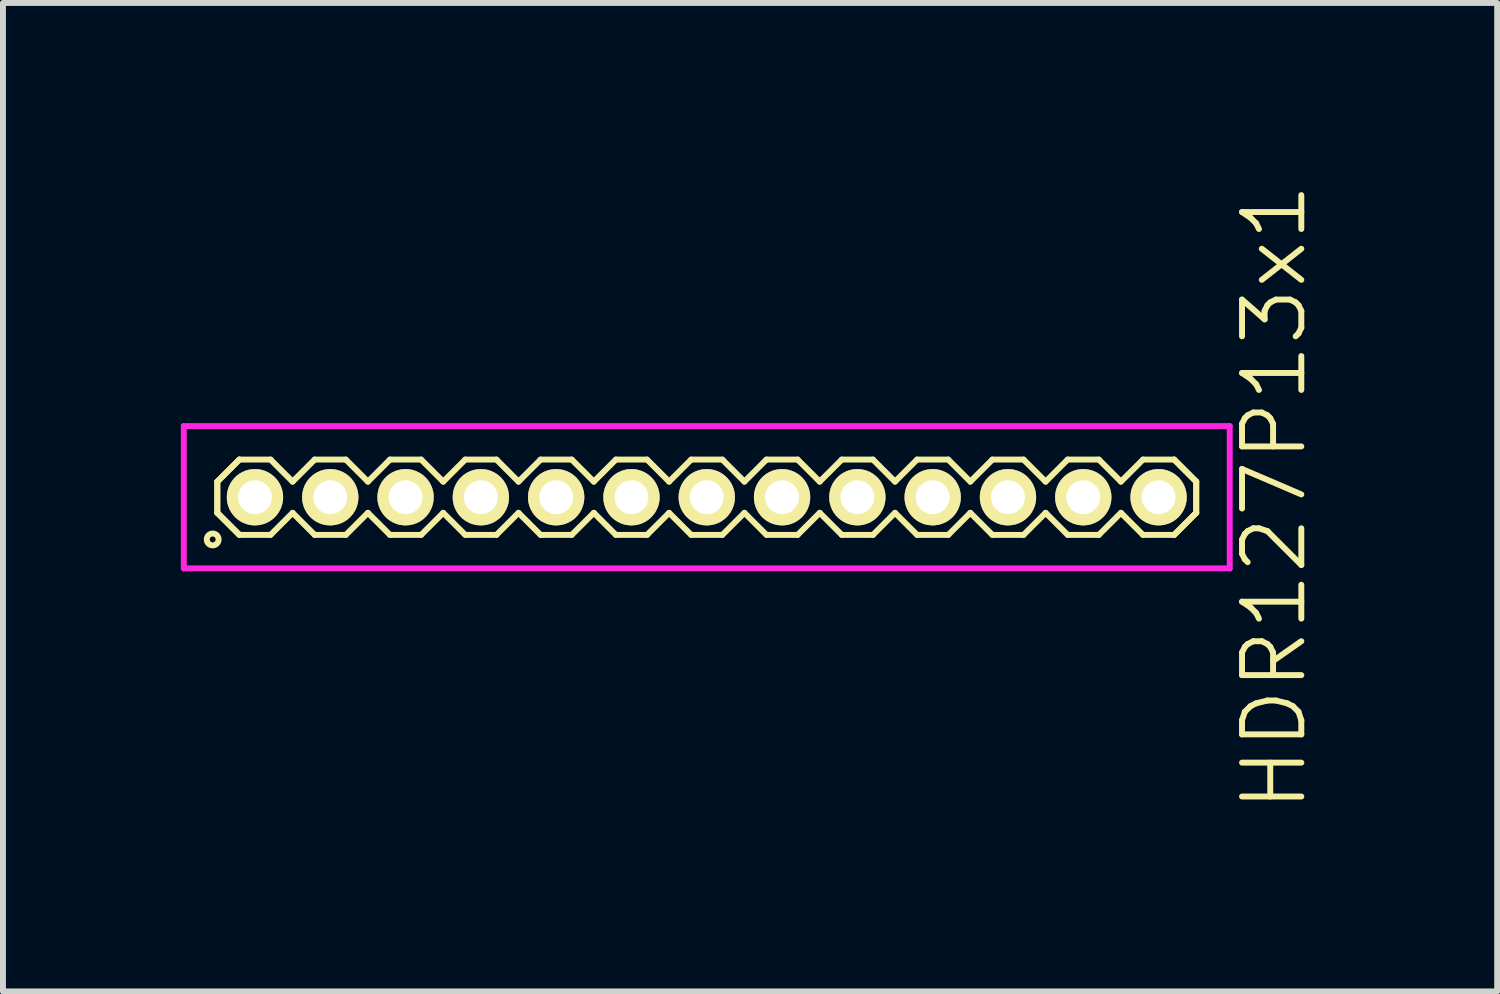
<source format=kicad_pcb>
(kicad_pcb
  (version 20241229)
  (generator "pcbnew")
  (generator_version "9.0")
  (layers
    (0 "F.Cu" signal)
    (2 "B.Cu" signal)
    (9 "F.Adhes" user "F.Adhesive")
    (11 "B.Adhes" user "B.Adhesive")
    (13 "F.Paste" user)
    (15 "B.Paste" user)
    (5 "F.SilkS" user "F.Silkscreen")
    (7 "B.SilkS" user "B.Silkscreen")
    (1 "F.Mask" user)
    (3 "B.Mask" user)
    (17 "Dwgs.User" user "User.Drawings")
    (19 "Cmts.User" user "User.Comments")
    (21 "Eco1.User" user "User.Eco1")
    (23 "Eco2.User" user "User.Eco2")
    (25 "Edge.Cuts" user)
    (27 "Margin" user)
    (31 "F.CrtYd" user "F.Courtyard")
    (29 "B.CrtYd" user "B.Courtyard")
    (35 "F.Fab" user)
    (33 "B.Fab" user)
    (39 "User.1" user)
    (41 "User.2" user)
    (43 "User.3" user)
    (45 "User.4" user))
  (footprint "HDR127P13x1"
    (layer "F.Cu")
    (at 8.87 5.336)
    (property "Reference" "HDR127P13x1" (at 9.57 0 90) (layer "F.SilkS") (effects (font (size 1 1) (thickness 0.1))))
    (attr through_hole)
    (fp_line (start -8.255 -0.263) (end -7.883 -0.635) (stroke (width 0.1) (type solid)) (layer "F.SilkS"))
    (fp_line (start -8.255 -0.263) (end -7.883 -0.635) (stroke (width 0.1) (type solid)) (layer "F.SilkS"))
    (fp_line (start -8.255 0.263) (end -8.255 -0.263) (stroke (width 0.1) (type solid)) (layer "F.SilkS"))
    (fp_line (start -8.255 0.263) (end -8.255 -0.263) (stroke (width 0.1) (type solid)) (layer "F.SilkS"))
    (fp_line (start -7.883 -0.635) (end -7.357 -0.635) (stroke (width 0.1) (type solid)) (layer "F.SilkS"))
    (fp_line (start -7.883 0.635) (end -8.255 0.263) (stroke (width 0.1) (type solid)) (layer "F.SilkS"))
    (fp_line (start -7.883 0.635) (end -8.255 0.263) (stroke (width 0.1) (type solid)) (layer "F.SilkS"))
    (fp_line (start -7.357 -0.635) (end -6.985 -0.263) (stroke (width 0.1) (type solid)) (layer "F.SilkS"))
    (fp_line (start -7.357 0.635) (end -7.883 0.635) (stroke (width 0.1) (type solid)) (layer "F.SilkS"))
    (fp_line (start -6.985 -0.263) (end -6.613 -0.635) (stroke (width 0.1) (type solid)) (layer "F.SilkS"))
    (fp_line (start -6.985 0.263) (end -7.357 0.635) (stroke (width 0.1) (type solid)) (layer "F.SilkS"))
    (fp_line (start -6.613 -0.635) (end -6.087 -0.635) (stroke (width 0.1) (type solid)) (layer "F.SilkS"))
    (fp_line (start -6.613 0.635) (end -6.985 0.263) (stroke (width 0.1) (type solid)) (layer "F.SilkS"))
    (fp_line (start -6.087 -0.635) (end -5.715 -0.263) (stroke (width 0.1) (type solid)) (layer "F.SilkS"))
    (fp_line (start -6.087 0.635) (end -6.613 0.635) (stroke (width 0.1) (type solid)) (layer "F.SilkS"))
    (fp_line (start -5.715 -0.263) (end -5.343 -0.635) (stroke (width 0.1) (type solid)) (layer "F.SilkS"))
    (fp_line (start -5.715 0.263) (end -6.087 0.635) (stroke (width 0.1) (type solid)) (layer "F.SilkS"))
    (fp_line (start -5.343 -0.635) (end -4.817 -0.635) (stroke (width 0.1) (type solid)) (layer "F.SilkS"))
    (fp_line (start -5.343 0.635) (end -5.715 0.263) (stroke (width 0.1) (type solid)) (layer "F.SilkS"))
    (fp_line (start -4.817 -0.635) (end -4.445 -0.263) (stroke (width 0.1) (type solid)) (layer "F.SilkS"))
    (fp_line (start -4.817 0.635) (end -5.343 0.635) (stroke (width 0.1) (type solid)) (layer "F.SilkS"))
    (fp_line (start -4.445 -0.263) (end -4.073 -0.635) (stroke (width 0.1) (type solid)) (layer "F.SilkS"))
    (fp_line (start -4.445 0.263) (end -4.817 0.635) (stroke (width 0.1) (type solid)) (layer "F.SilkS"))
    (fp_line (start -4.073 -0.635) (end -3.547 -0.635) (stroke (width 0.1) (type solid)) (layer "F.SilkS"))
    (fp_line (start -4.073 0.635) (end -4.445 0.263) (stroke (width 0.1) (type solid)) (layer "F.SilkS"))
    (fp_line (start -3.547 -0.635) (end -3.175 -0.263) (stroke (width 0.1) (type solid)) (layer "F.SilkS"))
    (fp_line (start -3.547 0.635) (end -4.073 0.635) (stroke (width 0.1) (type solid)) (layer "F.SilkS"))
    (fp_line (start -3.175 -0.263) (end -2.803 -0.635) (stroke (width 0.1) (type solid)) (layer "F.SilkS"))
    (fp_line (start -3.175 0.263) (end -3.547 0.635) (stroke (width 0.1) (type solid)) (layer "F.SilkS"))
    (fp_line (start -2.803 -0.635) (end -2.277 -0.635) (stroke (width 0.1) (type solid)) (layer "F.SilkS"))
    (fp_line (start -2.803 0.635) (end -3.175 0.263) (stroke (width 0.1) (type solid)) (layer "F.SilkS"))
    (fp_line (start -2.277 -0.635) (end -1.905 -0.263) (stroke (width 0.1) (type solid)) (layer "F.SilkS"))
    (fp_line (start -2.277 0.635) (end -2.803 0.635) (stroke (width 0.1) (type solid)) (layer "F.SilkS"))
    (fp_line (start -1.905 -0.263) (end -1.533 -0.635) (stroke (width 0.1) (type solid)) (layer "F.SilkS"))
    (fp_line (start -1.905 0.263) (end -2.277 0.635) (stroke (width 0.1) (type solid)) (layer "F.SilkS"))
    (fp_line (start -1.533 -0.635) (end -1.007 -0.635) (stroke (width 0.1) (type solid)) (layer "F.SilkS"))
    (fp_line (start -1.533 0.635) (end -1.905 0.263) (stroke (width 0.1) (type solid)) (layer "F.SilkS"))
    (fp_line (start -1.007 -0.635) (end -0.635 -0.263) (stroke (width 0.1) (type solid)) (layer "F.SilkS"))
    (fp_line (start -1.007 0.635) (end -1.533 0.635) (stroke (width 0.1) (type solid)) (layer "F.SilkS"))
    (fp_line (start -0.635 -0.263) (end -0.263 -0.635) (stroke (width 0.1) (type solid)) (layer "F.SilkS"))
    (fp_line (start -0.635 0.263) (end -1.007 0.635) (stroke (width 0.1) (type solid)) (layer "F.SilkS"))
    (fp_line (start -0.263 -0.635) (end 0.263 -0.635) (stroke (width 0.1) (type solid)) (layer "F.SilkS"))
    (fp_line (start -0.263 0.635) (end -0.635 0.263) (stroke (width 0.1) (type solid)) (layer "F.SilkS"))
    (fp_line (start 0.263 -0.635) (end 0.635 -0.263) (stroke (width 0.1) (type solid)) (layer "F.SilkS"))
    (fp_line (start 0.263 0.635) (end -0.263 0.635) (stroke (width 0.1) (type solid)) (layer "F.SilkS"))
    (fp_line (start 0.635 -0.263) (end 1.007 -0.635) (stroke (width 0.1) (type solid)) (layer "F.SilkS"))
    (fp_line (start 0.635 0.263) (end 0.263 0.635) (stroke (width 0.1) (type solid)) (layer "F.SilkS"))
    (fp_line (start 1.007 -0.635) (end 1.533 -0.635) (stroke (width 0.1) (type solid)) (layer "F.SilkS"))
    (fp_line (start 1.007 0.635) (end 0.635 0.263) (stroke (width 0.1) (type solid)) (layer "F.SilkS"))
    (fp_line (start 1.533 -0.635) (end 1.905 -0.263) (stroke (width 0.1) (type solid)) (layer "F.SilkS"))
    (fp_line (start 1.533 0.635) (end 1.007 0.635) (stroke (width 0.1) (type solid)) (layer "F.SilkS"))
    (fp_line (start 1.905 -0.263) (end 2.277 -0.635) (stroke (width 0.1) (type solid)) (layer "F.SilkS"))
    (fp_line (start 1.905 0.263) (end 1.533 0.635) (stroke (width 0.1) (type solid)) (layer "F.SilkS"))
    (fp_line (start 2.277 -0.635) (end 2.803 -0.635) (stroke (width 0.1) (type solid)) (layer "F.SilkS"))
    (fp_line (start 2.277 0.635) (end 1.905 0.263) (stroke (width 0.1) (type solid)) (layer "F.SilkS"))
    (fp_line (start 2.803 -0.635) (end 3.175 -0.263) (stroke (width 0.1) (type solid)) (layer "F.SilkS"))
    (fp_line (start 2.803 0.635) (end 2.277 0.635) (stroke (width 0.1) (type solid)) (layer "F.SilkS"))
    (fp_line (start 3.175 -0.263) (end 3.547 -0.635) (stroke (width 0.1) (type solid)) (layer "F.SilkS"))
    (fp_line (start 3.175 0.263) (end 2.803 0.635) (stroke (width 0.1) (type solid)) (layer "F.SilkS"))
    (fp_line (start 3.547 -0.635) (end 4.073 -0.635) (stroke (width 0.1) (type solid)) (layer "F.SilkS"))
    (fp_line (start 3.547 0.635) (end 3.175 0.263) (stroke (width 0.1) (type solid)) (layer "F.SilkS"))
    (fp_line (start 4.073 -0.635) (end 4.445 -0.263) (stroke (width 0.1) (type solid)) (layer "F.SilkS"))
    (fp_line (start 4.073 0.635) (end 3.547 0.635) (stroke (width 0.1) (type solid)) (layer "F.SilkS"))
    (fp_line (start 4.445 -0.263) (end 4.817 -0.635) (stroke (width 0.1) (type solid)) (layer "F.SilkS"))
    (fp_line (start 4.445 0.263) (end 4.073 0.635) (stroke (width 0.1) (type solid)) (layer "F.SilkS"))
    (fp_line (start 4.817 -0.635) (end 5.343 -0.635) (stroke (width 0.1) (type solid)) (layer "F.SilkS"))
    (fp_line (start 4.817 0.635) (end 4.445 0.263) (stroke (width 0.1) (type solid)) (layer "F.SilkS"))
    (fp_line (start 5.343 -0.635) (end 5.715 -0.263) (stroke (width 0.1) (type solid)) (layer "F.SilkS"))
    (fp_line (start 5.343 0.635) (end 4.817 0.635) (stroke (width 0.1) (type solid)) (layer "F.SilkS"))
    (fp_line (start 5.715 -0.263) (end 6.087 -0.635) (stroke (width 0.1) (type solid)) (layer "F.SilkS"))
    (fp_line (start 5.715 0.263) (end 5.343 0.635) (stroke (width 0.1) (type solid)) (layer "F.SilkS"))
    (fp_line (start 6.087 -0.635) (end 6.613 -0.635) (stroke (width 0.1) (type solid)) (layer "F.SilkS"))
    (fp_line (start 6.087 0.635) (end 5.715 0.263) (stroke (width 0.1) (type solid)) (layer "F.SilkS"))
    (fp_line (start 6.613 -0.635) (end 6.985 -0.263) (stroke (width 0.1) (type solid)) (layer "F.SilkS"))
    (fp_line (start 6.613 0.635) (end 6.087 0.635) (stroke (width 0.1) (type solid)) (layer "F.SilkS"))
    (fp_line (start 6.985 -0.263) (end 7.357 -0.635) (stroke (width 0.1) (type solid)) (layer "F.SilkS"))
    (fp_line (start 6.985 0.263) (end 6.613 0.635) (stroke (width 0.1) (type solid)) (layer "F.SilkS"))
    (fp_line (start 7.357 -0.635) (end 7.883 -0.635) (stroke (width 0.1) (type solid)) (layer "F.SilkS"))
    (fp_line (start 7.357 0.635) (end 6.985 0.263) (stroke (width 0.1) (type solid)) (layer "F.SilkS"))
    (fp_line (start 7.883 -0.635) (end 8.255 -0.263) (stroke (width 0.1) (type solid)) (layer "F.SilkS"))
    (fp_line (start 7.883 -0.635) (end 8.255 -0.263) (stroke (width 0.1) (type solid)) (layer "F.SilkS"))
    (fp_line (start 7.883 0.635) (end 7.357 0.635) (stroke (width 0.1) (type solid)) (layer "F.SilkS"))
    (fp_line (start 8.255 -0.263) (end 8.255 0.263) (stroke (width 0.1) (type solid)) (layer "F.SilkS"))
    (fp_line (start 8.255 -0.263) (end 8.255 0.263) (stroke (width 0.1) (type solid)) (layer "F.SilkS"))
    (fp_line (start 8.255 0.263) (end 7.883 0.635) (stroke (width 0.1) (type solid)) (layer "F.SilkS"))
    (fp_line (start 8.255 0.263) (end 7.883 0.635) (stroke (width 0.1) (type solid)) (layer "F.SilkS"))
    (fp_circle (center -8.333 0.712) (end -8.233 0.712) (stroke (width 0.1) (type solid)) (fill no) (layer "F.SilkS"))
    (fp_line (start -8.82 -1.2) (end -8.82 1.2) (stroke (width 0.1) (type solid)) (layer "F.CrtYd"))
    (fp_line (start -8.82 1.2) (end 8.82 1.2) (stroke (width 0.1) (type solid)) (layer "F.CrtYd"))
    (fp_line (start 8.82 -1.2) (end -8.82 -1.2) (stroke (width 0.1) (type solid)) (layer "F.CrtYd"))
    (fp_line (start 8.82 1.2) (end 8.82 -1.2) (stroke (width 0.1) (type solid)) (layer "F.CrtYd"))
    (pad "1" thru_hole oval (at -7.62 0) (size 0.95 0.95) (drill 0.57) (layers "*.Cu" "*.Mask" "F.SilkS"))
    (pad "2" thru_hole oval (at -6.35 0) (size 0.95 0.95) (drill 0.57) (layers "*.Cu" "*.Mask" "F.SilkS"))
    (pad "3" thru_hole oval (at -5.08 0) (size 0.95 0.95) (drill 0.57) (layers "*.Cu" "*.Mask" "F.SilkS"))
    (pad "4" thru_hole oval (at -3.81 0) (size 0.95 0.95) (drill 0.57) (layers "*.Cu" "*.Mask" "F.SilkS"))
    (pad "5" thru_hole oval (at -2.54 0) (size 0.95 0.95) (drill 0.57) (layers "*.Cu" "*.Mask" "F.SilkS"))
    (pad "6" thru_hole oval (at -1.27 0) (size 0.95 0.95) (drill 0.57) (layers "*.Cu" "*.Mask" "F.SilkS"))
    (pad "7" thru_hole oval (at 0 0) (size 0.95 0.95) (drill 0.57) (layers "*.Cu" "*.Mask" "F.SilkS"))
    (pad "8" thru_hole oval (at 1.27 0) (size 0.95 0.95) (drill 0.57) (layers "*.Cu" "*.Mask" "F.SilkS"))
    (pad "9" thru_hole oval (at 2.54 0) (size 0.95 0.95) (drill 0.57) (layers "*.Cu" "*.Mask" "F.SilkS"))
    (pad "10" thru_hole oval (at 3.81 0) (size 0.95 0.95) (drill 0.57) (layers "*.Cu" "*.Mask" "F.SilkS"))
    (pad "11" thru_hole oval (at 5.08 0) (size 0.95 0.95) (drill 0.57) (layers "*.Cu" "*.Mask" "F.SilkS"))
    (pad "12" thru_hole oval (at 6.35 0) (size 0.95 0.95) (drill 0.57) (layers "*.Cu" "*.Mask" "F.SilkS"))
    (pad "13" thru_hole oval (at 7.62 0) (size 0.95 0.95) (drill 0.57) (layers "*.Cu" "*.Mask" "F.SilkS")))
  (gr_rect
    (start -3 -3)
    (end 22.201 13.671)
    (stroke (width 0.1) (type default))
    (fill no)
    (layer "Edge.Cuts")))
</source>
